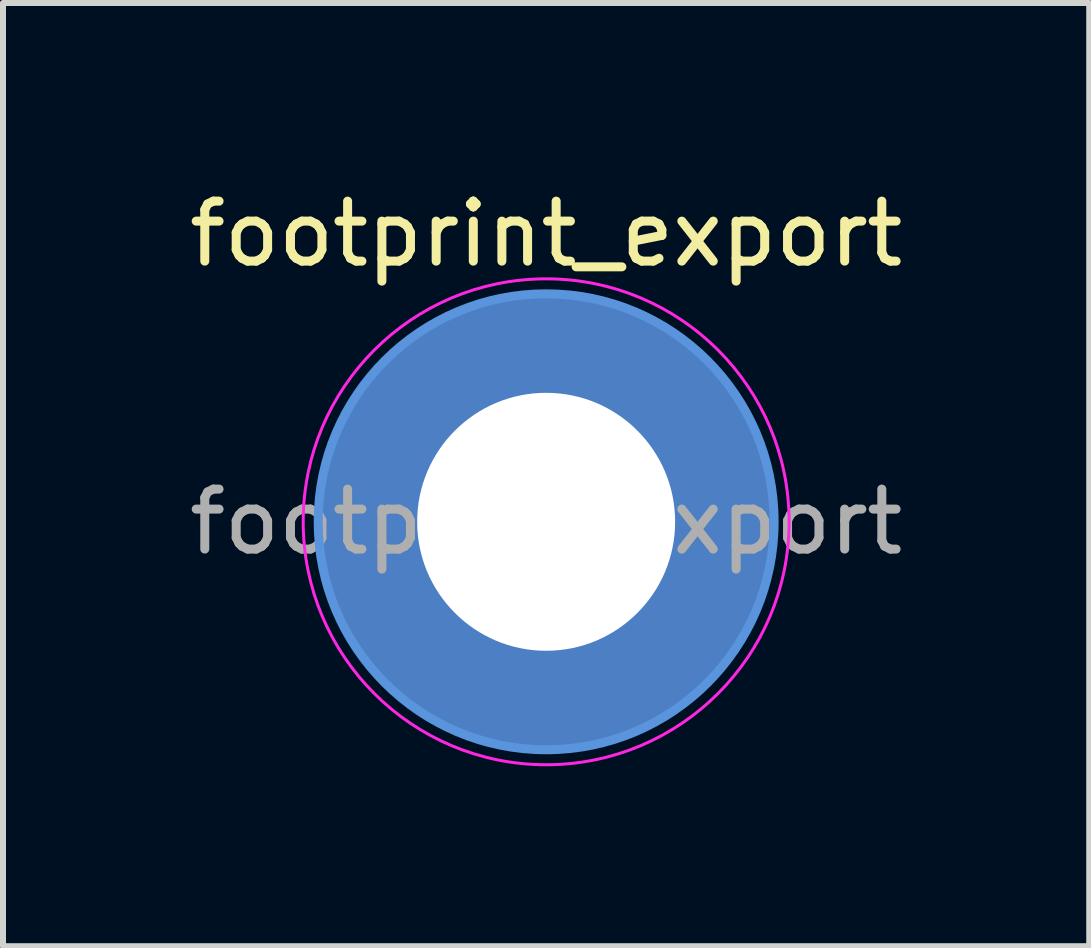
<source format=kicad_pcb>
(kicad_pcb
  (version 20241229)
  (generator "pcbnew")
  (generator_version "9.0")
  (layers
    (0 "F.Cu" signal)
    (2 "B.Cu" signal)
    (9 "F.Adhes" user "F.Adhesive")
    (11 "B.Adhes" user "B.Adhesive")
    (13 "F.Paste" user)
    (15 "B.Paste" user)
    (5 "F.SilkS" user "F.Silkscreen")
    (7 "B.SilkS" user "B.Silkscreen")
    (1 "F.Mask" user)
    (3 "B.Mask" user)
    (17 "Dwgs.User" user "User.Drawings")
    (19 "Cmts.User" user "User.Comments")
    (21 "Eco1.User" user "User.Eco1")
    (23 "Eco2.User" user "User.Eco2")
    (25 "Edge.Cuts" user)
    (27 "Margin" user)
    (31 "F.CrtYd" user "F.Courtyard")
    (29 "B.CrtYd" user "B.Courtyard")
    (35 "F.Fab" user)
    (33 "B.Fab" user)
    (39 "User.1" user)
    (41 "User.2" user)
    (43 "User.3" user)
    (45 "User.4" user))
  (footprint "footprint_export"
    (layer "F.Cu")
    (at 6.054 5.648)
    (property "Reference" "footprint_export" (at 0 -4.8 0) (layer "F.SilkS") (effects (font (size 1 1) (thickness 0.15))))
    (attr exclude_from_pos_files exclude_from_bom)
    (fp_circle (center 0 0) (end 3.8 0) (stroke (width 0.15) (type solid)) (fill no) (layer "Cmts.User"))
    (fp_circle (center 0 0) (end 4.05 0) (stroke (width 0.05) (type solid)) (fill no) (layer "F.CrtYd"))
    (fp_text user "${REFERENCE}" (at 0 0 0) (layer "F.Fab") (effects (font (size 1 1) (thickness 0.15))))
    (pad "1" thru_hole circle (at 0 0) (size 7.6 7.6) (drill 4.3) (layers "*.Cu" "*.Mask")))
  (gr_rect
    (start -3 -3)
    (end 15.107 12.723)
    (stroke (width 0.1) (type default))
    (fill no)
    (layer "Edge.Cuts")))
</source>
